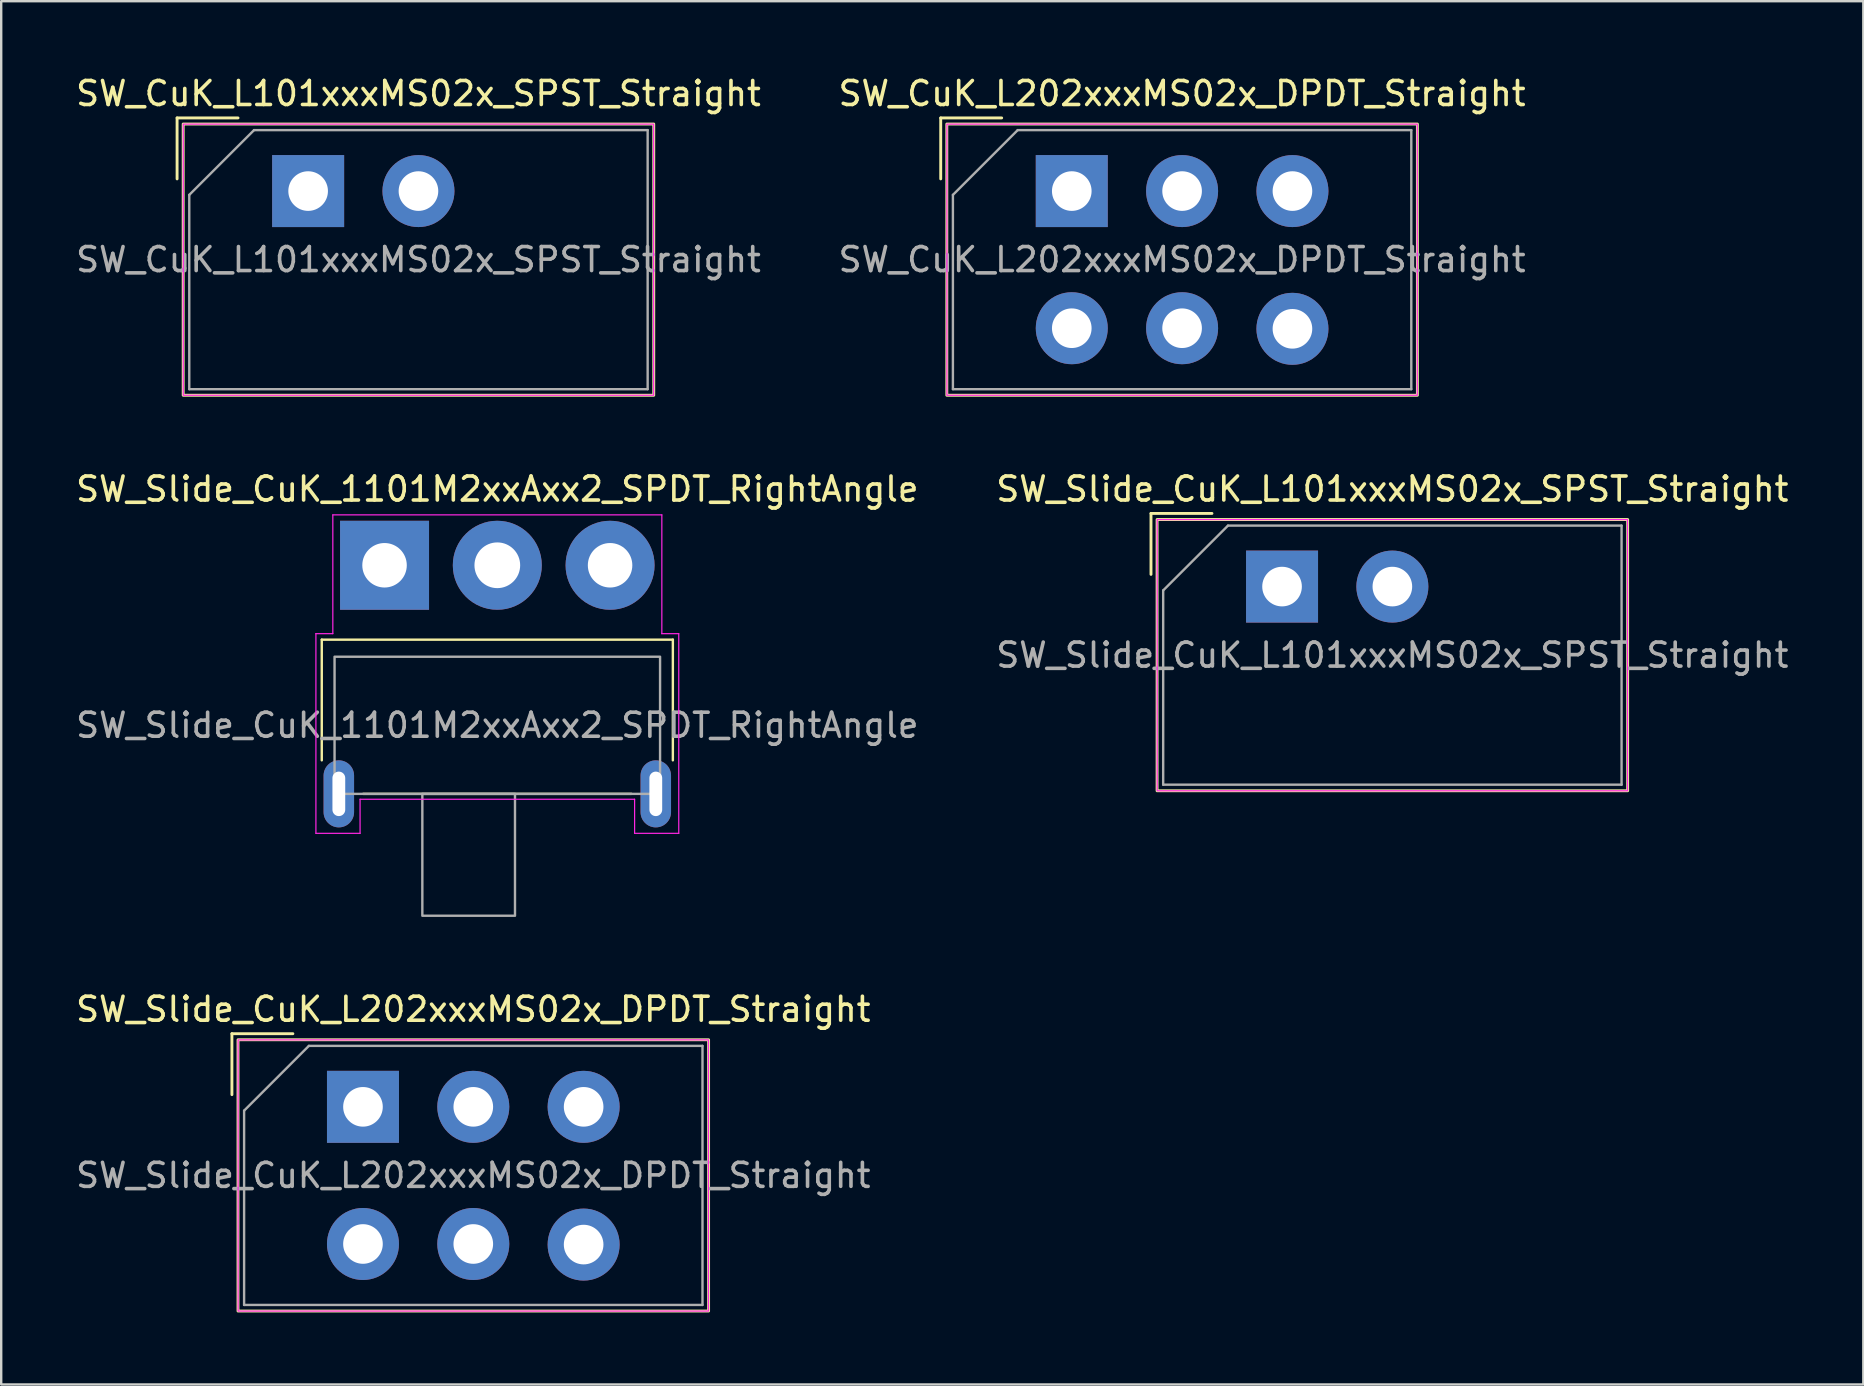
<source format=kicad_pcb>
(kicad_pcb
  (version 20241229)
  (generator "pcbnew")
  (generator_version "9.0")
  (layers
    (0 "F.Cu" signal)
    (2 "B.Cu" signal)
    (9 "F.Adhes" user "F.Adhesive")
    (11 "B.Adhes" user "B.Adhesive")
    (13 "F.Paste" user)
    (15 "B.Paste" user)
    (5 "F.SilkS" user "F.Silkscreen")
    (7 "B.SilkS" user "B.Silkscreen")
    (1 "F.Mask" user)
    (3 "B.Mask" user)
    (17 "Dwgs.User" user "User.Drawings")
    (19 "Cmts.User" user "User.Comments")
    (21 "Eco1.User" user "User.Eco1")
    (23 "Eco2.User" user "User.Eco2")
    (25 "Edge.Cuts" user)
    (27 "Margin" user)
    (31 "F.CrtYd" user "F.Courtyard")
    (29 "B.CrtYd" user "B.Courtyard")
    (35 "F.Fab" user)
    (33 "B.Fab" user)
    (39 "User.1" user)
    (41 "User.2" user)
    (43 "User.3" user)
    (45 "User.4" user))
  (footprint "SW_Slide_CuK_L101xxxMS02x_SPST_Straight"
    (layer "F.Cu")
    (at 50.373 21.393)
    (property "Reference" "SW_Slide_CuK_L101xxxMS02x_SPST_Straight" (at 4.597 -4.064 0) (layer "F.SilkS") (effects (font (size 1 1) (thickness 0.15))))
    (attr through_hole)
    (fp_line (start -5.461 -3.048) (end -5.461 -0.508) (stroke (width 0.12) (type solid)) (layer "F.SilkS"))
    (fp_line (start -2.921 -3.048) (end -5.461 -3.048) (stroke (width 0.12) (type solid)) (layer "F.SilkS"))
    (fp_rect (start -5.207 -2.794) (end 14.402 8.509) (stroke (width 0.12) (type solid)) (fill no) (layer "F.SilkS"))
    (fp_rect (start -5.203 -2.79) (end 14.397 8.51) (stroke (width 0.05) (type solid)) (fill no) (layer "F.CrtYd"))
    (fp_line (start -4.953 8.255) (end -4.953 0.159) (stroke (width 0.1) (type solid)) (layer "F.Fab"))
    (fp_line (start -2.254 -2.54) (end -4.953 0.159) (stroke (width 0.1) (type solid)) (layer "F.Fab"))
    (fp_line (start -2.254 -2.54) (end 14.148 -2.54) (stroke (width 0.1) (type solid)) (layer "F.Fab"))
    (fp_line (start 14.148 -2.54) (end 14.148 8.255) (stroke (width 0.1) (type solid)) (layer "F.Fab"))
    (fp_line (start 14.148 8.255) (end -4.953 8.255) (stroke (width 0.1) (type solid)) (layer "F.Fab"))
    (fp_text user "${REFERENCE}" (at 4.597 2.857 0) (layer "F.Fab") (effects (font (size 1 1) (thickness 0.15))))
    (pad "1" thru_hole rect (at 0 0) (size 3 3) (drill 1.651) (layers "*.Cu" "*.Mask"))
    (pad "2" thru_hole oval (at 4.597 0) (size 3 3) (drill 1.651) (layers "*.Cu" "*.Mask")))
  (footprint "SW_Slide_CuK_L202xxxMS02x_DPDT_Straight"
    (layer "F.Cu")
    (at 12.075 43.072)
    (property "Reference" "SW_Slide_CuK_L202xxxMS02x_DPDT_Straight" (at 4.597 -4.064 0) (layer "F.SilkS") (effects (font (size 1 1) (thickness 0.15))))
    (attr through_hole)
    (fp_line (start -5.461 -3.048) (end -5.461 -0.508) (stroke (width 0.12) (type solid)) (layer "F.SilkS"))
    (fp_line (start -2.921 -3.048) (end -5.461 -3.048) (stroke (width 0.12) (type solid)) (layer "F.SilkS"))
    (fp_rect (start -5.207 -2.794) (end 14.402 8.509) (stroke (width 0.12) (type solid)) (fill no) (layer "F.SilkS"))
    (fp_rect (start -5.203 -2.79) (end 14.397 8.51) (stroke (width 0.05) (type solid)) (fill no) (layer "F.CrtYd"))
    (fp_line (start -4.953 8.255) (end -4.953 0.159) (stroke (width 0.1) (type solid)) (layer "F.Fab"))
    (fp_line (start -2.254 -2.54) (end -4.953 0.159) (stroke (width 0.1) (type solid)) (layer "F.Fab"))
    (fp_line (start -2.254 -2.54) (end 14.148 -2.54) (stroke (width 0.1) (type solid)) (layer "F.Fab"))
    (fp_line (start 14.148 -2.54) (end 14.148 8.255) (stroke (width 0.1) (type solid)) (layer "F.Fab"))
    (fp_line (start 14.148 8.255) (end -4.953 8.255) (stroke (width 0.1) (type solid)) (layer "F.Fab"))
    (fp_text user "${REFERENCE}" (at 4.597 2.857 0) (layer "F.Fab") (effects (font (size 1 1) (thickness 0.15))))
    (pad "1" thru_hole rect (at 0 0) (size 3 3) (drill 1.651) (layers "*.Cu" "*.Mask"))
    (pad "2" thru_hole oval (at 4.597 0) (size 3 3) (drill 1.651) (layers "*.Cu" "*.Mask"))
    (pad "3" thru_hole oval (at 9.195 0) (size 3 3) (drill 1.651) (layers "*.Cu" "*.Mask"))
    (pad "4" thru_hole oval (at 0 5.715) (size 3 3) (drill 1.651) (layers "*.Cu" "*.Mask"))
    (pad "5" thru_hole oval (at 4.597 5.715) (size 3 3) (drill 1.651) (layers "*.Cu" "*.Mask"))
    (pad "6" thru_hole oval (at 9.195 5.74) (size 3 3) (drill 1.651) (layers "*.Cu" "*.Mask")))
  (footprint "SW_CuK_L101xxxMS02x_SPST_Straight"
    (layer "F.Cu")
    (at 9.79 4.912)
    (property "Reference" "SW_CuK_L101xxxMS02x_SPST_Straight" (at 4.597 -4.064 0) (layer "F.SilkS") (effects (font (size 1 1) (thickness 0.15))))
    (attr through_hole)
    (fp_line (start -5.461 -3.048) (end -5.461 -0.508) (stroke (width 0.12) (type solid)) (layer "F.SilkS"))
    (fp_line (start -2.921 -3.048) (end -5.461 -3.048) (stroke (width 0.12) (type solid)) (layer "F.SilkS"))
    (fp_rect (start -5.207 -2.794) (end 14.402 8.509) (stroke (width 0.12) (type solid)) (fill no) (layer "F.SilkS"))
    (fp_rect (start -5.203 -2.79) (end 14.397 8.51) (stroke (width 0.05) (type solid)) (fill no) (layer "F.CrtYd"))
    (fp_line (start -4.953 8.255) (end -4.953 0.159) (stroke (width 0.1) (type solid)) (layer "F.Fab"))
    (fp_line (start -2.254 -2.54) (end -4.953 0.159) (stroke (width 0.1) (type solid)) (layer "F.Fab"))
    (fp_line (start -2.254 -2.54) (end 14.148 -2.54) (stroke (width 0.1) (type solid)) (layer "F.Fab"))
    (fp_line (start 14.148 -2.54) (end 14.148 8.255) (stroke (width 0.1) (type solid)) (layer "F.Fab"))
    (fp_line (start 14.148 8.255) (end -4.953 8.255) (stroke (width 0.1) (type solid)) (layer "F.Fab"))
    (fp_text user "${REFERENCE}" (at 4.597 2.857 0) (layer "F.Fab") (effects (font (size 1 1) (thickness 0.15))))
    (pad "1" thru_hole rect (at 0 0) (size 3 3) (drill 1.651) (layers "*.Cu" "*.Mask"))
    (pad "2" thru_hole oval (at 4.597 0) (size 3 3) (drill 1.651) (layers "*.Cu" "*.Mask")))
  (footprint "SW_CuK_L202xxxMS02x_DPDT_Straight"
    (layer "F.Cu")
    (at 41.611 4.912)
    (property "Reference" "SW_CuK_L202xxxMS02x_DPDT_Straight" (at 4.597 -4.064 0) (layer "F.SilkS") (effects (font (size 1 1) (thickness 0.15))))
    (attr through_hole)
    (fp_line (start -5.461 -3.048) (end -5.461 -0.508) (stroke (width 0.12) (type solid)) (layer "F.SilkS"))
    (fp_line (start -2.921 -3.048) (end -5.461 -3.048) (stroke (width 0.12) (type solid)) (layer "F.SilkS"))
    (fp_rect (start -5.207 -2.794) (end 14.402 8.509) (stroke (width 0.12) (type solid)) (fill no) (layer "F.SilkS"))
    (fp_rect (start -5.203 -2.79) (end 14.397 8.51) (stroke (width 0.05) (type solid)) (fill no) (layer "F.CrtYd"))
    (fp_line (start -4.953 8.255) (end -4.953 0.159) (stroke (width 0.1) (type solid)) (layer "F.Fab"))
    (fp_line (start -2.254 -2.54) (end -4.953 0.159) (stroke (width 0.1) (type solid)) (layer "F.Fab"))
    (fp_line (start -2.254 -2.54) (end 14.148 -2.54) (stroke (width 0.1) (type solid)) (layer "F.Fab"))
    (fp_line (start 14.148 -2.54) (end 14.148 8.255) (stroke (width 0.1) (type solid)) (layer "F.Fab"))
    (fp_line (start 14.148 8.255) (end -4.953 8.255) (stroke (width 0.1) (type solid)) (layer "F.Fab"))
    (fp_text user "${REFERENCE}" (at 4.597 2.857 0) (layer "F.Fab") (effects (font (size 1 1) (thickness 0.15))))
    (pad "1" thru_hole rect (at 0 0) (size 3 3) (drill 1.651) (layers "*.Cu" "*.Mask"))
    (pad "2" thru_hole oval (at 4.597 0) (size 3 3) (drill 1.651) (layers "*.Cu" "*.Mask"))
    (pad "3" thru_hole oval (at 9.195 0) (size 3 3) (drill 1.651) (layers "*.Cu" "*.Mask"))
    (pad "4" thru_hole oval (at 0 5.715) (size 3 3) (drill 1.651) (layers "*.Cu" "*.Mask"))
    (pad "5" thru_hole oval (at 4.597 5.715) (size 3 3) (drill 1.651) (layers "*.Cu" "*.Mask"))
    (pad "6" thru_hole oval (at 9.195 5.74) (size 3 3) (drill 1.651) (layers "*.Cu" "*.Mask")))
  (footprint "SW_Slide_CuK_1101M2xxAxx2_SPDT_RightAngle"
    (layer "F.Cu")
    (at 12.974 20.505)
    (property "Reference" "SW_Slide_CuK_1101M2xxAxx2_SPDT_RightAngle" (at 4.699 -3.175 0) (layer "F.SilkS") (effects (font (size 1 1) (thickness 0.15))))
    (attr through_hole)
    (fp_line (start -2.616 3.099) (end 12.014 3.099) (stroke (width 0.1) (type solid)) (layer "F.SilkS"))
    (fp_line (start -2.616 8.128) (end -2.616 3.099) (stroke (width 0.1) (type solid)) (layer "F.SilkS"))
    (fp_line (start 10.287 9.525) (end -0.889 9.525) (stroke (width 0.1) (type solid)) (layer "F.SilkS"))
    (fp_line (start 12.014 3.099) (end 12.014 8.128) (stroke (width 0.1) (type solid)) (layer "F.SilkS"))
    (fp_line (start -2.865 2.85) (end -2.155 2.85) (stroke (width 0.05) (type solid)) (layer "F.CrtYd"))
    (fp_line (start -2.86 11.17) (end -2.86 2.85) (stroke (width 0.05) (type solid)) (layer "F.CrtYd"))
    (fp_line (start -2.155 -2.1) (end 11.555 -2.1) (stroke (width 0.05) (type solid)) (layer "F.CrtYd"))
    (fp_line (start -2.155 2.85) (end -2.155 -2.1) (stroke (width 0.05) (type solid)) (layer "F.CrtYd"))
    (fp_line (start -1.02 9.75) (end -1.02 11.17) (stroke (width 0.05) (type solid)) (layer "F.CrtYd"))
    (fp_line (start -1.02 11.17) (end -2.86 11.17) (stroke (width 0.05) (type solid)) (layer "F.CrtYd"))
    (fp_line (start 10.42 9.75) (end -1.02 9.75) (stroke (width 0.05) (type solid)) (layer "F.CrtYd"))
    (fp_line (start 10.42 9.75) (end 10.42 11.17) (stroke (width 0.05) (type solid)) (layer "F.CrtYd"))
    (fp_line (start 10.42 11.17) (end 12.26 11.17) (stroke (width 0.05) (type solid)) (layer "F.CrtYd"))
    (fp_line (start 11.555 -2.1) (end 11.555 2.85) (stroke (width 0.05) (type solid)) (layer "F.CrtYd"))
    (fp_line (start 12.26 2.85) (end 11.55 2.85) (stroke (width 0.05) (type solid)) (layer "F.CrtYd"))
    (fp_line (start 12.26 11.17) (end 12.26 2.85) (stroke (width 0.05) (type solid)) (layer "F.CrtYd"))
    (fp_rect (start -2.083 3.81) (end 11.481 9.525) (stroke (width 0.1) (type solid)) (fill no) (layer "F.Fab"))
    (fp_rect (start 1.575 9.525) (end 5.436 14.605) (stroke (width 0.1) (type solid)) (fill no) (layer "F.Fab"))
    (fp_text user "${REFERENCE}" (at 4.699 6.668 0) (layer "F.Fab") (effects (font (size 1 1) (thickness 0.15))))
    (pad "" thru_hole oval (at -1.905 9.525) (size 1.27 2.794) (drill oval 0.533 1.854) (layers "*.Cu" "*.Mask"))
    (pad "" thru_hole oval (at 11.303 9.525) (size 1.27 2.794) (drill oval 0.533 1.854) (layers "*.Cu" "*.Mask"))
    (pad "1" thru_hole rect (at 0 0) (size 3.708 3.708) (drill 1.854) (layers "*.Cu" "*.Mask"))
    (pad "2" thru_hole circle (at 4.699 0) (size 3.708 3.708) (drill 1.905) (layers "*.Cu" "*.Mask"))
    (pad "3" thru_hole circle (at 9.398 0) (size 3.708 3.708) (drill 1.854) (layers "*.Cu" "*.Mask")))
  (gr_rect
    (start -3 -3)
    (end 74.595 54.641)
    (stroke (width 0.1) (type default))
    (fill no)
    (layer "Edge.Cuts")))
</source>
